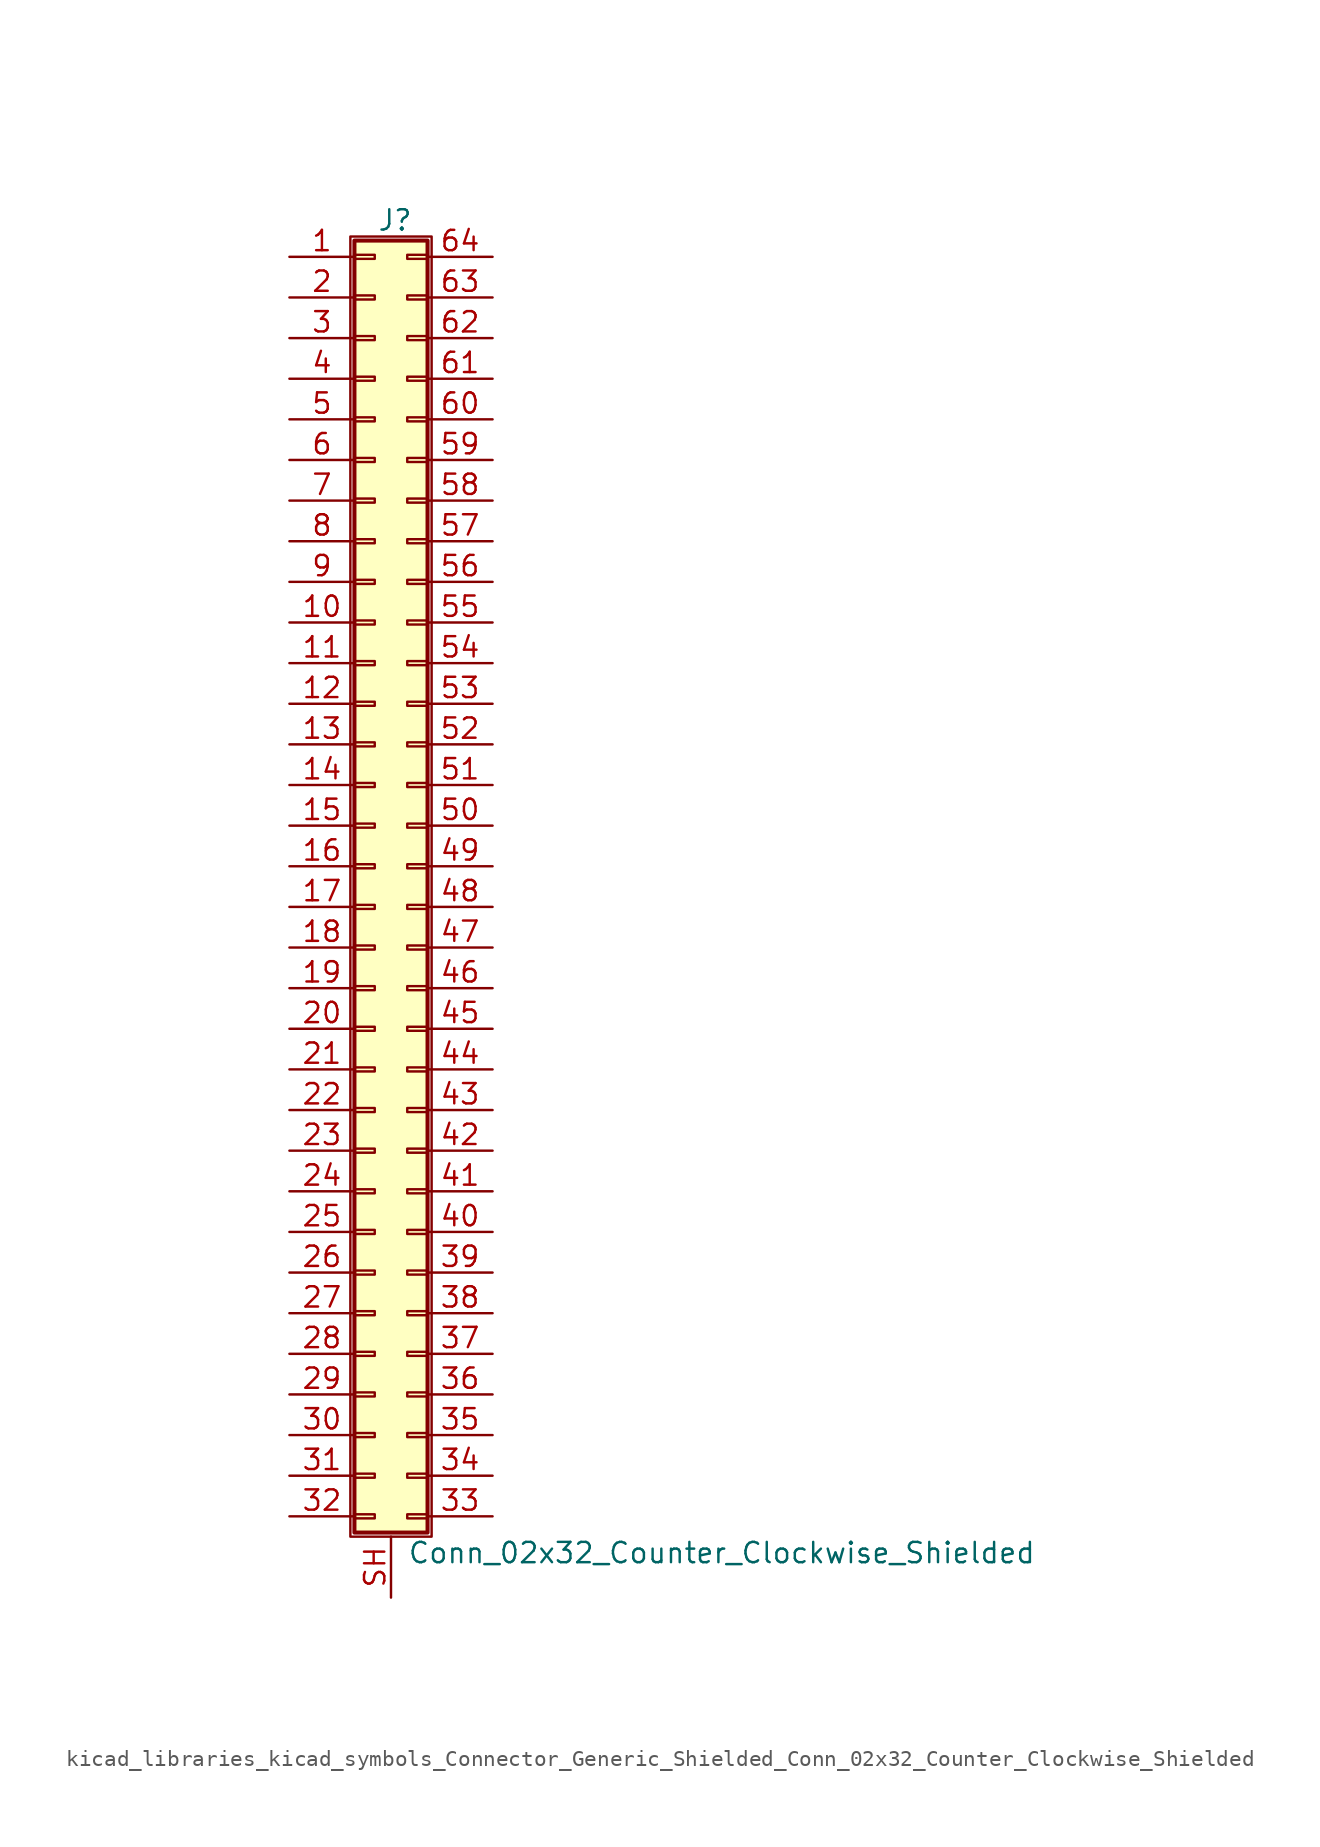
<source format=kicad_sym>
(kicad_symbol_lib
  (version 20220914)
  (generator kicad_symbol_editor)
  (symbol "kicad_libraries_kicad_symbols_Connector_Generic_Shielded_Conn_02x32_Counter_Clockwise_Shielded"
    (pin_names
      (offset 1.016) hide)
    (property "Reference" "J"
      (at 1.524 40.386 0)
      (effects (font (size 1.27 1.27))))
    (property "Value" "Conn_02x32_Counter_Clockwise_Shielded"
      (at 2.286 -42.926 0)
      (effects (font (size 1.27 1.27)) (justify left)))
    (symbol "kicad_libraries_kicad_symbols_Connector_Generic_Shielded_Conn_02x32_Counter_Clockwise_Shielded_1_1"
      (rectangle (start -1.27 39.37) (end 3.81 -41.91) (stroke (width 0.152) (type default)) (fill (type none)))
      (rectangle (start -1.016 -40.513) (end 0.254 -40.767) (stroke (width 0.152) (type default)) (fill (type none)))
      (rectangle (start -1.016 -37.973) (end 0.254 -38.227) (stroke (width 0.152) (type default)) (fill (type none)))
      (rectangle (start -1.016 -35.433) (end 0.254 -35.687) (stroke (width 0.152) (type default)) (fill (type none)))
      (rectangle (start -1.016 -32.893) (end 0.254 -33.147) (stroke (width 0.152) (type default)) (fill (type none)))
      (rectangle (start -1.016 -30.353) (end 0.254 -30.607) (stroke (width 0.152) (type default)) (fill (type none)))
      (rectangle (start -1.016 -27.813) (end 0.254 -28.067) (stroke (width 0.152) (type default)) (fill (type none)))
      (rectangle (start -1.016 -25.273) (end 0.254 -25.527) (stroke (width 0.152) (type default)) (fill (type none)))
      (rectangle (start -1.016 -22.733) (end 0.254 -22.987) (stroke (width 0.152) (type default)) (fill (type none)))
      (rectangle (start -1.016 -20.193) (end 0.254 -20.447) (stroke (width 0.152) (type default)) (fill (type none)))
      (rectangle (start -1.016 -17.653) (end 0.254 -17.907) (stroke (width 0.152) (type default)) (fill (type none)))
      (rectangle (start -1.016 -15.113) (end 0.254 -15.367) (stroke (width 0.152) (type default)) (fill (type none)))
      (rectangle (start -1.016 -12.573) (end 0.254 -12.827) (stroke (width 0.152) (type default)) (fill (type none)))
      (rectangle (start -1.016 -10.033) (end 0.254 -10.287) (stroke (width 0.152) (type default)) (fill (type none)))
      (rectangle (start -1.016 -7.493) (end 0.254 -7.747) (stroke (width 0.152) (type default)) (fill (type none)))
      (rectangle (start -1.016 -4.953) (end 0.254 -5.207) (stroke (width 0.152) (type default)) (fill (type none)))
      (rectangle (start -1.016 -2.413) (end 0.254 -2.667) (stroke (width 0.152) (type default)) (fill (type none)))
      (rectangle (start -1.016 0.127) (end 0.254 -0.127) (stroke (width 0.152) (type default)) (fill (type none)))
      (rectangle (start -1.016 2.667) (end 0.254 2.413) (stroke (width 0.152) (type default)) (fill (type none)))
      (rectangle (start -1.016 5.207) (end 0.254 4.953) (stroke (width 0.152) (type default)) (fill (type none)))
      (rectangle (start -1.016 7.747) (end 0.254 7.493) (stroke (width 0.152) (type default)) (fill (type none)))
      (rectangle (start -1.016 10.287) (end 0.254 10.033) (stroke (width 0.152) (type default)) (fill (type none)))
      (rectangle (start -1.016 12.827) (end 0.254 12.573) (stroke (width 0.152) (type default)) (fill (type none)))
      (rectangle (start -1.016 15.367) (end 0.254 15.113) (stroke (width 0.152) (type default)) (fill (type none)))
      (rectangle (start -1.016 17.907) (end 0.254 17.653) (stroke (width 0.152) (type default)) (fill (type none)))
      (rectangle (start -1.016 20.447) (end 0.254 20.193) (stroke (width 0.152) (type default)) (fill (type none)))
      (rectangle (start -1.016 22.987) (end 0.254 22.733) (stroke (width 0.152) (type default)) (fill (type none)))
      (rectangle (start -1.016 25.527) (end 0.254 25.273) (stroke (width 0.152) (type default)) (fill (type none)))
      (rectangle (start -1.016 28.067) (end 0.254 27.813) (stroke (width 0.152) (type default)) (fill (type none)))
      (rectangle (start -1.016 30.607) (end 0.254 30.353) (stroke (width 0.152) (type default)) (fill (type none)))
      (rectangle (start -1.016 33.147) (end 0.254 32.893) (stroke (width 0.152) (type default)) (fill (type none)))
      (rectangle (start -1.016 35.687) (end 0.254 35.433) (stroke (width 0.152) (type default)) (fill (type none)))
      (rectangle (start -1.016 38.227) (end 0.254 37.973) (stroke (width 0.152) (type default)) (fill (type none)))
      (rectangle (start -1.016 39.116) (end 3.556 -41.656) (stroke (width 0.254) (type default)) (fill (type background)))
      (rectangle (start 3.556 -40.513) (end 2.286 -40.767) (stroke (width 0.152) (type default)) (fill (type none)))
      (rectangle (start 3.556 -37.973) (end 2.286 -38.227) (stroke (width 0.152) (type default)) (fill (type none)))
      (rectangle (start 3.556 -35.433) (end 2.286 -35.687) (stroke (width 0.152) (type default)) (fill (type none)))
      (rectangle (start 3.556 -32.893) (end 2.286 -33.147) (stroke (width 0.152) (type default)) (fill (type none)))
      (rectangle (start 3.556 -30.353) (end 2.286 -30.607) (stroke (width 0.152) (type default)) (fill (type none)))
      (rectangle (start 3.556 -27.813) (end 2.286 -28.067) (stroke (width 0.152) (type default)) (fill (type none)))
      (rectangle (start 3.556 -25.273) (end 2.286 -25.527) (stroke (width 0.152) (type default)) (fill (type none)))
      (rectangle (start 3.556 -22.733) (end 2.286 -22.987) (stroke (width 0.152) (type default)) (fill (type none)))
      (rectangle (start 3.556 -20.193) (end 2.286 -20.447) (stroke (width 0.152) (type default)) (fill (type none)))
      (rectangle (start 3.556 -17.653) (end 2.286 -17.907) (stroke (width 0.152) (type default)) (fill (type none)))
      (rectangle (start 3.556 -15.113) (end 2.286 -15.367) (stroke (width 0.152) (type default)) (fill (type none)))
      (rectangle (start 3.556 -12.573) (end 2.286 -12.827) (stroke (width 0.152) (type default)) (fill (type none)))
      (rectangle (start 3.556 -10.033) (end 2.286 -10.287) (stroke (width 0.152) (type default)) (fill (type none)))
      (rectangle (start 3.556 -7.493) (end 2.286 -7.747) (stroke (width 0.152) (type default)) (fill (type none)))
      (rectangle (start 3.556 -4.953) (end 2.286 -5.207) (stroke (width 0.152) (type default)) (fill (type none)))
      (rectangle (start 3.556 -2.413) (end 2.286 -2.667) (stroke (width 0.152) (type default)) (fill (type none)))
      (rectangle (start 3.556 0.127) (end 2.286 -0.127) (stroke (width 0.152) (type default)) (fill (type none)))
      (rectangle (start 3.556 2.667) (end 2.286 2.413) (stroke (width 0.152) (type default)) (fill (type none)))
      (rectangle (start 3.556 5.207) (end 2.286 4.953) (stroke (width 0.152) (type default)) (fill (type none)))
      (rectangle (start 3.556 7.747) (end 2.286 7.493) (stroke (width 0.152) (type default)) (fill (type none)))
      (rectangle (start 3.556 10.287) (end 2.286 10.033) (stroke (width 0.152) (type default)) (fill (type none)))
      (rectangle (start 3.556 12.827) (end 2.286 12.573) (stroke (width 0.152) (type default)) (fill (type none)))
      (rectangle (start 3.556 15.367) (end 2.286 15.113) (stroke (width 0.152) (type default)) (fill (type none)))
      (rectangle (start 3.556 17.907) (end 2.286 17.653) (stroke (width 0.152) (type default)) (fill (type none)))
      (rectangle (start 3.556 20.447) (end 2.286 20.193) (stroke (width 0.152) (type default)) (fill (type none)))
      (rectangle (start 3.556 22.987) (end 2.286 22.733) (stroke (width 0.152) (type default)) (fill (type none)))
      (rectangle (start 3.556 25.527) (end 2.286 25.273) (stroke (width 0.152) (type default)) (fill (type none)))
      (rectangle (start 3.556 28.067) (end 2.286 27.813) (stroke (width 0.152) (type default)) (fill (type none)))
      (rectangle (start 3.556 30.607) (end 2.286 30.353) (stroke (width 0.152) (type default)) (fill (type none)))
      (rectangle (start 3.556 33.147) (end 2.286 32.893) (stroke (width 0.152) (type default)) (fill (type none)))
      (rectangle (start 3.556 35.687) (end 2.286 35.433) (stroke (width 0.152) (type default)) (fill (type none)))
      (rectangle (start 3.556 38.227) (end 2.286 37.973) (stroke (width 0.152) (type default)) (fill (type none)))
      (pin passive line (at -5.08 38.1 0) (length 4.064) (name "Pin_1" (effects (font (size 1.27 1.27)))) (number "1" (effects (font (size 1.27 1.27)))))
      (pin passive line (at -5.08 15.24 0) (length 4.064) (name "Pin_10" (effects (font (size 1.27 1.27)))) (number "10" (effects (font (size 1.27 1.27)))))
      (pin passive line (at -5.08 12.7 0) (length 4.064) (name "Pin_11" (effects (font (size 1.27 1.27)))) (number "11" (effects (font (size 1.27 1.27)))))
      (pin passive line (at -5.08 10.16 0) (length 4.064) (name "Pin_12" (effects (font (size 1.27 1.27)))) (number "12" (effects (font (size 1.27 1.27)))))
      (pin passive line (at -5.08 7.62 0) (length 4.064) (name "Pin_13" (effects (font (size 1.27 1.27)))) (number "13" (effects (font (size 1.27 1.27)))))
      (pin passive line (at -5.08 5.08 0) (length 4.064) (name "Pin_14" (effects (font (size 1.27 1.27)))) (number "14" (effects (font (size 1.27 1.27)))))
      (pin passive line (at -5.08 2.54 0) (length 4.064) (name "Pin_15" (effects (font (size 1.27 1.27)))) (number "15" (effects (font (size 1.27 1.27)))))
      (pin passive line (at -5.08 0 0) (length 4.064) (name "Pin_16" (effects (font (size 1.27 1.27)))) (number "16" (effects (font (size 1.27 1.27)))))
      (pin passive line (at -5.08 -2.54 0) (length 4.064) (name "Pin_17" (effects (font (size 1.27 1.27)))) (number "17" (effects (font (size 1.27 1.27)))))
      (pin passive line (at -5.08 -5.08 0) (length 4.064) (name "Pin_18" (effects (font (size 1.27 1.27)))) (number "18" (effects (font (size 1.27 1.27)))))
      (pin passive line (at -5.08 -7.62 0) (length 4.064) (name "Pin_19" (effects (font (size 1.27 1.27)))) (number "19" (effects (font (size 1.27 1.27)))))
      (pin passive line (at -5.08 35.56 0) (length 4.064) (name "Pin_2" (effects (font (size 1.27 1.27)))) (number "2" (effects (font (size 1.27 1.27)))))
      (pin passive line (at -5.08 -10.16 0) (length 4.064) (name "Pin_20" (effects (font (size 1.27 1.27)))) (number "20" (effects (font (size 1.27 1.27)))))
      (pin passive line (at -5.08 -12.7 0) (length 4.064) (name "Pin_21" (effects (font (size 1.27 1.27)))) (number "21" (effects (font (size 1.27 1.27)))))
      (pin passive line (at -5.08 -15.24 0) (length 4.064) (name "Pin_22" (effects (font (size 1.27 1.27)))) (number "22" (effects (font (size 1.27 1.27)))))
      (pin passive line (at -5.08 -17.78 0) (length 4.064) (name "Pin_23" (effects (font (size 1.27 1.27)))) (number "23" (effects (font (size 1.27 1.27)))))
      (pin passive line (at -5.08 -20.32 0) (length 4.064) (name "Pin_24" (effects (font (size 1.27 1.27)))) (number "24" (effects (font (size 1.27 1.27)))))
      (pin passive line (at -5.08 -22.86 0) (length 4.064) (name "Pin_25" (effects (font (size 1.27 1.27)))) (number "25" (effects (font (size 1.27 1.27)))))
      (pin passive line (at -5.08 -25.4 0) (length 4.064) (name "Pin_26" (effects (font (size 1.27 1.27)))) (number "26" (effects (font (size 1.27 1.27)))))
      (pin passive line (at -5.08 -27.94 0) (length 4.064) (name "Pin_27" (effects (font (size 1.27 1.27)))) (number "27" (effects (font (size 1.27 1.27)))))
      (pin passive line (at -5.08 -30.48 0) (length 4.064) (name "Pin_28" (effects (font (size 1.27 1.27)))) (number "28" (effects (font (size 1.27 1.27)))))
      (pin passive line (at -5.08 -33.02 0) (length 4.064) (name "Pin_29" (effects (font (size 1.27 1.27)))) (number "29" (effects (font (size 1.27 1.27)))))
      (pin passive line (at -5.08 33.02 0) (length 4.064) (name "Pin_3" (effects (font (size 1.27 1.27)))) (number "3" (effects (font (size 1.27 1.27)))))
      (pin passive line (at -5.08 -35.56 0) (length 4.064) (name "Pin_30" (effects (font (size 1.27 1.27)))) (number "30" (effects (font (size 1.27 1.27)))))
      (pin passive line (at -5.08 -38.1 0) (length 4.064) (name "Pin_31" (effects (font (size 1.27 1.27)))) (number "31" (effects (font (size 1.27 1.27)))))
      (pin passive line (at -5.08 -40.64 0) (length 4.064) (name "Pin_32" (effects (font (size 1.27 1.27)))) (number "32" (effects (font (size 1.27 1.27)))))
      (pin passive line (at 7.62 -40.64 180) (length 4.064) (name "Pin_33" (effects (font (size 1.27 1.27)))) (number "33" (effects (font (size 1.27 1.27)))))
      (pin passive line (at 7.62 -38.1 180) (length 4.064) (name "Pin_34" (effects (font (size 1.27 1.27)))) (number "34" (effects (font (size 1.27 1.27)))))
      (pin passive line (at 7.62 -35.56 180) (length 4.064) (name "Pin_35" (effects (font (size 1.27 1.27)))) (number "35" (effects (font (size 1.27 1.27)))))
      (pin passive line (at 7.62 -33.02 180) (length 4.064) (name "Pin_36" (effects (font (size 1.27 1.27)))) (number "36" (effects (font (size 1.27 1.27)))))
      (pin passive line (at 7.62 -30.48 180) (length 4.064) (name "Pin_37" (effects (font (size 1.27 1.27)))) (number "37" (effects (font (size 1.27 1.27)))))
      (pin passive line (at 7.62 -27.94 180) (length 4.064) (name "Pin_38" (effects (font (size 1.27 1.27)))) (number "38" (effects (font (size 1.27 1.27)))))
      (pin passive line (at 7.62 -25.4 180) (length 4.064) (name "Pin_39" (effects (font (size 1.27 1.27)))) (number "39" (effects (font (size 1.27 1.27)))))
      (pin passive line (at -5.08 30.48 0) (length 4.064) (name "Pin_4" (effects (font (size 1.27 1.27)))) (number "4" (effects (font (size 1.27 1.27)))))
      (pin passive line (at 7.62 -22.86 180) (length 4.064) (name "Pin_40" (effects (font (size 1.27 1.27)))) (number "40" (effects (font (size 1.27 1.27)))))
      (pin passive line (at 7.62 -20.32 180) (length 4.064) (name "Pin_41" (effects (font (size 1.27 1.27)))) (number "41" (effects (font (size 1.27 1.27)))))
      (pin passive line (at 7.62 -17.78 180) (length 4.064) (name "Pin_42" (effects (font (size 1.27 1.27)))) (number "42" (effects (font (size 1.27 1.27)))))
      (pin passive line (at 7.62 -15.24 180) (length 4.064) (name "Pin_43" (effects (font (size 1.27 1.27)))) (number "43" (effects (font (size 1.27 1.27)))))
      (pin passive line (at 7.62 -12.7 180) (length 4.064) (name "Pin_44" (effects (font (size 1.27 1.27)))) (number "44" (effects (font (size 1.27 1.27)))))
      (pin passive line (at 7.62 -10.16 180) (length 4.064) (name "Pin_45" (effects (font (size 1.27 1.27)))) (number "45" (effects (font (size 1.27 1.27)))))
      (pin passive line (at 7.62 -7.62 180) (length 4.064) (name "Pin_46" (effects (font (size 1.27 1.27)))) (number "46" (effects (font (size 1.27 1.27)))))
      (pin passive line (at 7.62 -5.08 180) (length 4.064) (name "Pin_47" (effects (font (size 1.27 1.27)))) (number "47" (effects (font (size 1.27 1.27)))))
      (pin passive line (at 7.62 -2.54 180) (length 4.064) (name "Pin_48" (effects (font (size 1.27 1.27)))) (number "48" (effects (font (size 1.27 1.27)))))
      (pin passive line (at 7.62 0 180) (length 4.064) (name "Pin_49" (effects (font (size 1.27 1.27)))) (number "49" (effects (font (size 1.27 1.27)))))
      (pin passive line (at -5.08 27.94 0) (length 4.064) (name "Pin_5" (effects (font (size 1.27 1.27)))) (number "5" (effects (font (size 1.27 1.27)))))
      (pin passive line (at 7.62 2.54 180) (length 4.064) (name "Pin_50" (effects (font (size 1.27 1.27)))) (number "50" (effects (font (size 1.27 1.27)))))
      (pin passive line (at 7.62 5.08 180) (length 4.064) (name "Pin_51" (effects (font (size 1.27 1.27)))) (number "51" (effects (font (size 1.27 1.27)))))
      (pin passive line (at 7.62 7.62 180) (length 4.064) (name "Pin_52" (effects (font (size 1.27 1.27)))) (number "52" (effects (font (size 1.27 1.27)))))
      (pin passive line (at 7.62 10.16 180) (length 4.064) (name "Pin_53" (effects (font (size 1.27 1.27)))) (number "53" (effects (font (size 1.27 1.27)))))
      (pin passive line (at 7.62 12.7 180) (length 4.064) (name "Pin_54" (effects (font (size 1.27 1.27)))) (number "54" (effects (font (size 1.27 1.27)))))
      (pin passive line (at 7.62 15.24 180) (length 4.064) (name "Pin_55" (effects (font (size 1.27 1.27)))) (number "55" (effects (font (size 1.27 1.27)))))
      (pin passive line (at 7.62 17.78 180) (length 4.064) (name "Pin_56" (effects (font (size 1.27 1.27)))) (number "56" (effects (font (size 1.27 1.27)))))
      (pin passive line (at 7.62 20.32 180) (length 4.064) (name "Pin_57" (effects (font (size 1.27 1.27)))) (number "57" (effects (font (size 1.27 1.27)))))
      (pin passive line (at 7.62 22.86 180) (length 4.064) (name "Pin_58" (effects (font (size 1.27 1.27)))) (number "58" (effects (font (size 1.27 1.27)))))
      (pin passive line (at 7.62 25.4 180) (length 4.064) (name "Pin_59" (effects (font (size 1.27 1.27)))) (number "59" (effects (font (size 1.27 1.27)))))
      (pin passive line (at -5.08 25.4 0) (length 4.064) (name "Pin_6" (effects (font (size 1.27 1.27)))) (number "6" (effects (font (size 1.27 1.27)))))
      (pin passive line (at 7.62 27.94 180) (length 4.064) (name "Pin_60" (effects (font (size 1.27 1.27)))) (number "60" (effects (font (size 1.27 1.27)))))
      (pin passive line (at 7.62 30.48 180) (length 4.064) (name "Pin_61" (effects (font (size 1.27 1.27)))) (number "61" (effects (font (size 1.27 1.27)))))
      (pin passive line (at 7.62 33.02 180) (length 4.064) (name "Pin_62" (effects (font (size 1.27 1.27)))) (number "62" (effects (font (size 1.27 1.27)))))
      (pin passive line (at 7.62 35.56 180) (length 4.064) (name "Pin_63" (effects (font (size 1.27 1.27)))) (number "63" (effects (font (size 1.27 1.27)))))
      (pin passive line (at 7.62 38.1 180) (length 4.064) (name "Pin_64" (effects (font (size 1.27 1.27)))) (number "64" (effects (font (size 1.27 1.27)))))
      (pin passive line (at -5.08 22.86 0) (length 4.064) (name "Pin_7" (effects (font (size 1.27 1.27)))) (number "7" (effects (font (size 1.27 1.27)))))
      (pin passive line (at -5.08 20.32 0) (length 4.064) (name "Pin_8" (effects (font (size 1.27 1.27)))) (number "8" (effects (font (size 1.27 1.27)))))
      (pin passive line (at -5.08 17.78 0) (length 4.064) (name "Pin_9" (effects (font (size 1.27 1.27)))) (number "9" (effects (font (size 1.27 1.27)))))
      (pin passive line (at 1.27 -45.72 90) (length 3.81) (name "Shield" (effects (font (size 1.27 1.27)))) (number "SH" (effects (font (size 1.27 1.27))))))))
</source>
